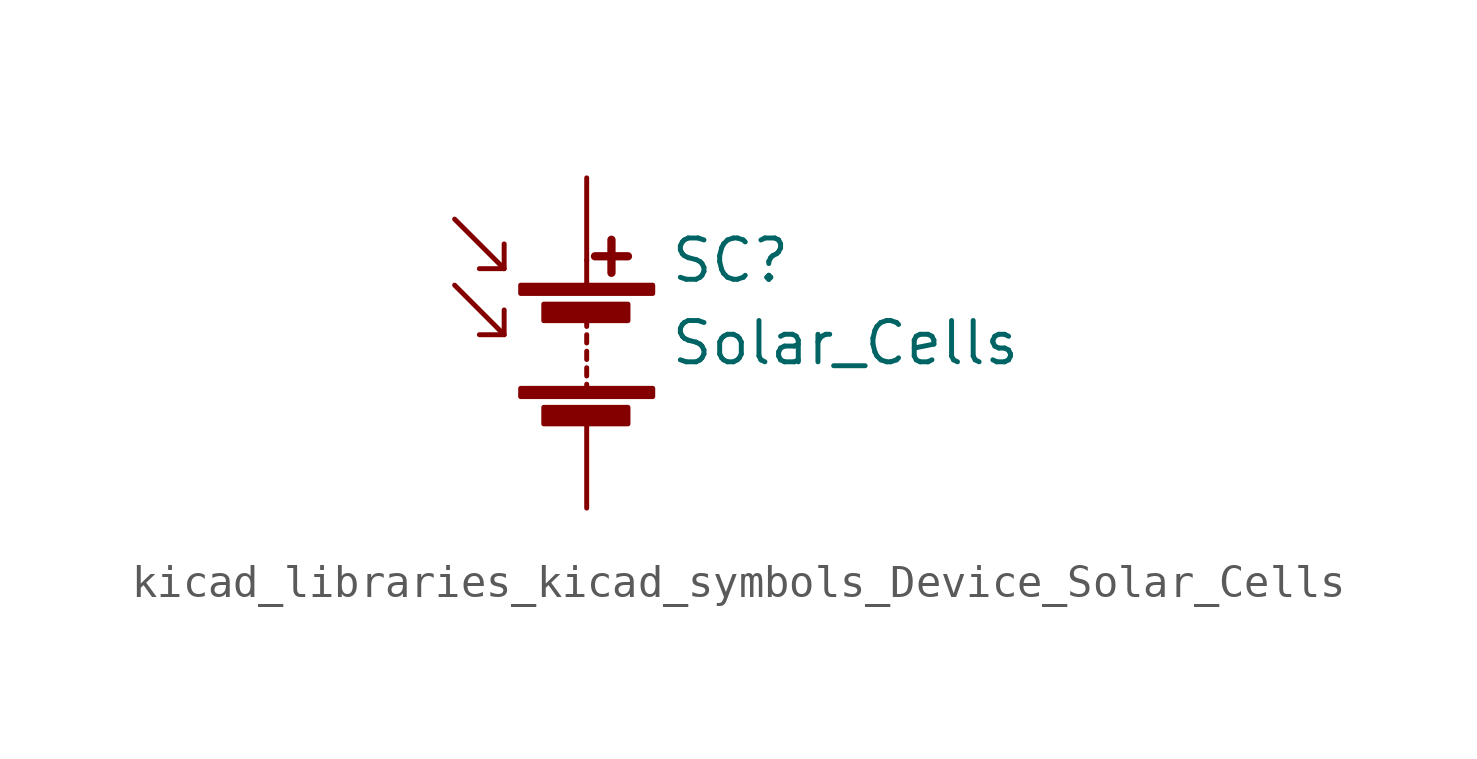
<source format=kicad_sym>
(kicad_symbol_lib
  (version 20220914)
  (generator kicad_symbol_editor)
  (symbol "kicad_libraries_kicad_symbols_Device_Solar_Cells"
    (pin_numbers hide)
    (pin_names
      (offset 0) hide)
    (property "Reference" "SC"
      (at 2.54 2.54 0)
      (effects (font (size 1.27 1.27)) (justify left)))
    (property "Value" "Solar_Cells"
      (at 2.54 0 0)
      (effects (font (size 1.27 1.27)) (justify left)))
    (symbol "kicad_libraries_kicad_symbols_Device_Solar_Cells_0_1"
      (rectangle (start -2.032 -1.397) (end 2.032 -1.651) (stroke (width 0) (type default)) (fill (type outline)))
      (rectangle (start -2.032 1.778) (end 2.032 1.524) (stroke (width 0) (type default)) (fill (type outline)))
      (rectangle (start -1.321 -1.981) (end 1.27 -2.489) (stroke (width 0) (type default)) (fill (type outline)))
      (rectangle (start -1.321 1.194) (end 1.27 0.686) (stroke (width 0) (type default)) (fill (type outline)))
      (polyline (pts (xy -2.54 0.254) (xy -4.064 1.778)) (stroke (width 0) (type default)) (fill (type none)))
      (polyline (pts (xy -2.54 2.286) (xy -4.064 3.81)) (stroke (width 0) (type default)) (fill (type none)))
      (polyline (pts (xy 0 -1.524) (xy 0 -1.27)) (stroke (width 0) (type default)) (fill (type none)))
      (polyline (pts (xy 0 -1.016) (xy 0 -0.762)) (stroke (width 0) (type default)) (fill (type none)))
      (polyline (pts (xy 0 -0.508) (xy 0 -0.254)) (stroke (width 0) (type default)) (fill (type none)))
      (polyline (pts (xy 0 0) (xy 0 0.254)) (stroke (width 0) (type default)) (fill (type none)))
      (polyline (pts (xy 0 0.508) (xy 0 0.762)) (stroke (width 0) (type default)) (fill (type none)))
      (polyline (pts (xy 0 1.778) (xy 0 2.54)) (stroke (width 0) (type default)) (fill (type none)))
      (polyline (pts (xy 0.254 2.667) (xy 1.27 2.667)) (stroke (width 0.254) (type default)) (fill (type none)))
      (polyline (pts (xy 0.762 3.175) (xy 0.762 2.159)) (stroke (width 0.254) (type default)) (fill (type none)))
      (polyline (pts (xy -2.54 1.016) (xy -2.54 0.254) (xy -3.302 0.254)) (stroke (width 0) (type default)) (fill (type none)))
      (polyline (pts (xy -2.54 3.048) (xy -2.54 2.286) (xy -3.302 2.286)) (stroke (width 0) (type default)) (fill (type none))))
    (symbol "kicad_libraries_kicad_symbols_Device_Solar_Cells_1_1"
      (pin passive line (at 0 5.08 270) (length 2.54) (name "+" (effects (font (size 1.27 1.27)))) (number "1" (effects (font (size 1.27 1.27)))))
      (pin passive line (at 0 -5.08 90) (length 2.54) (name "-" (effects (font (size 1.27 1.27)))) (number "2" (effects (font (size 1.27 1.27))))))))
</source>
